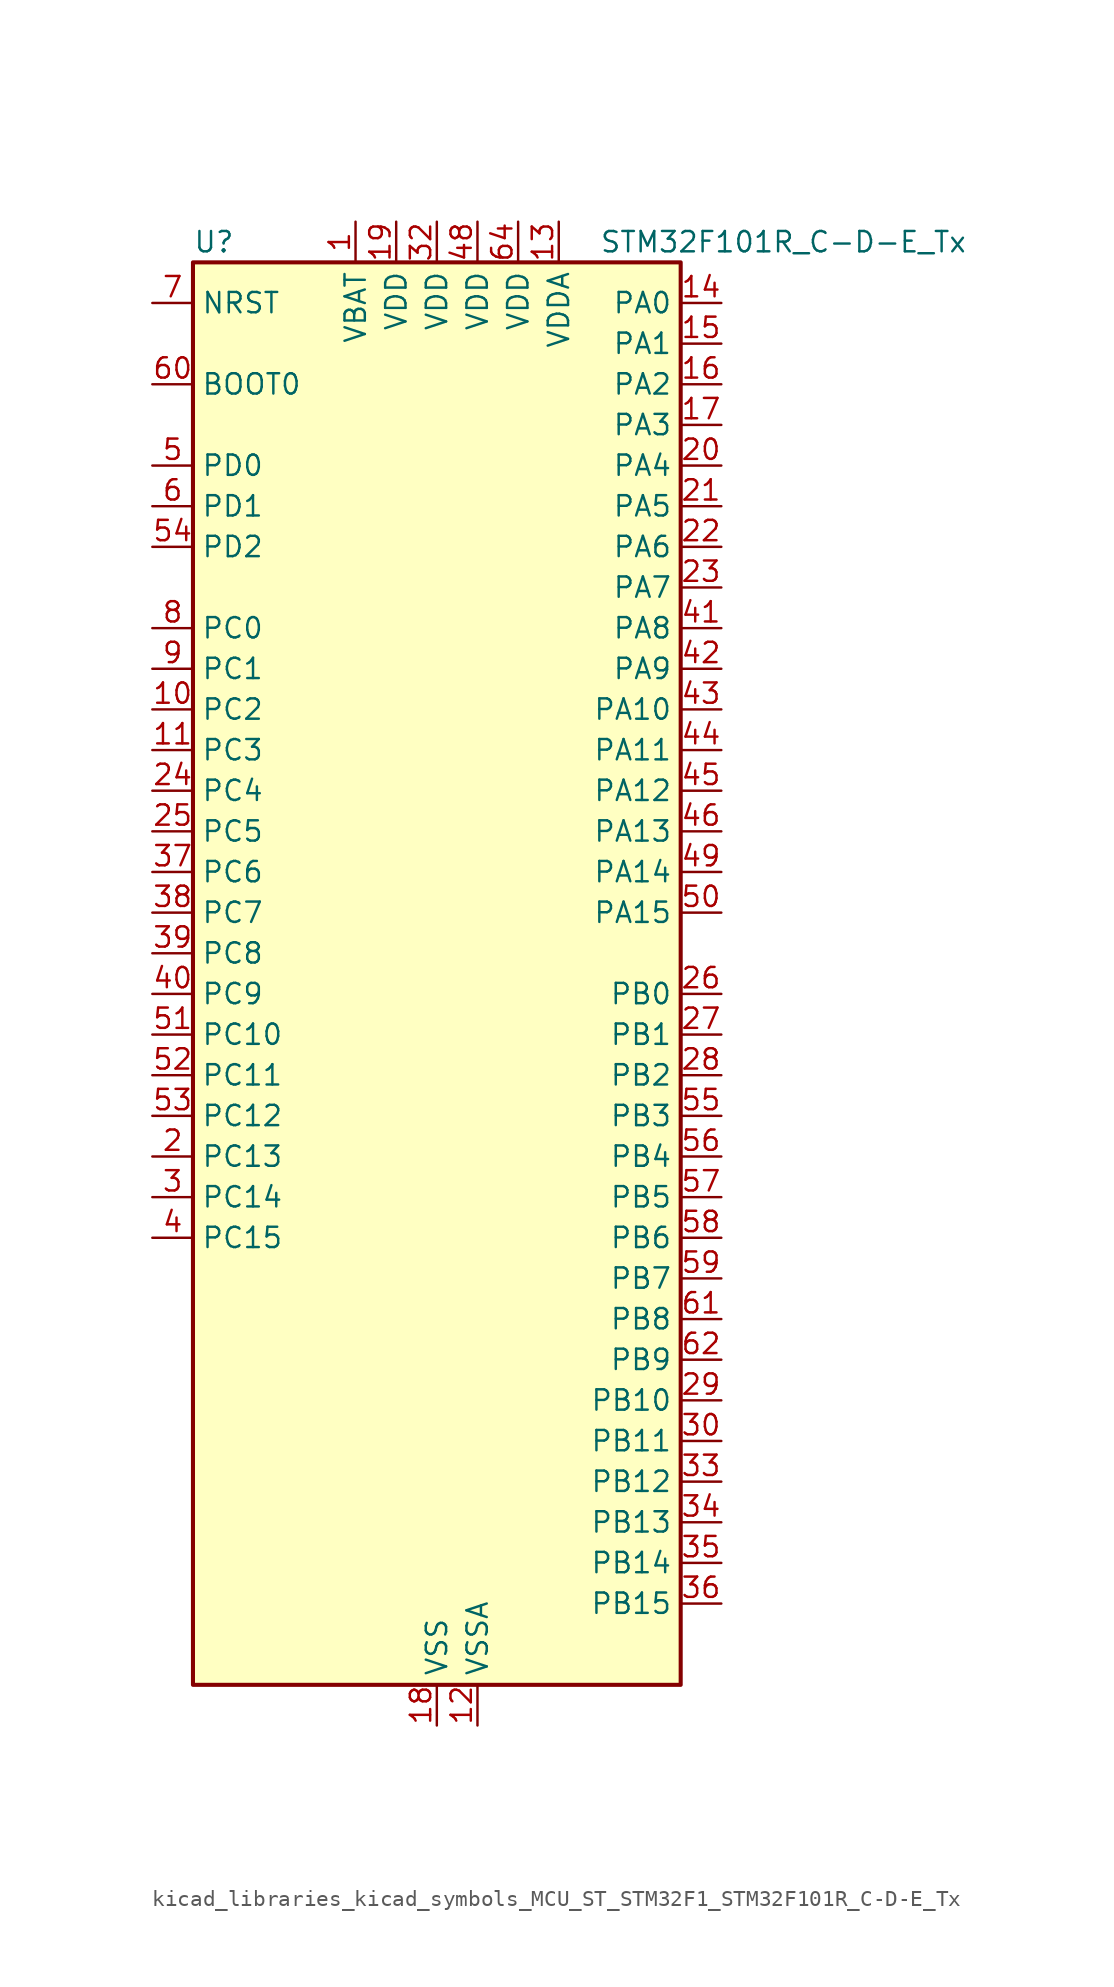
<source format=kicad_sym>
(kicad_symbol_lib
  (version 20220914)
  (generator kicad_symbol_editor)
  (symbol "kicad_libraries_kicad_symbols_MCU_ST_STM32F1_STM32F101R_C-D-E_Tx"
    (property "Reference" "U"
      (at -15.24 46.99 0)
      (effects (font (size 1.27 1.27)) (justify left)))
    (property "Value" "STM32F101R_C-D-E_Tx"
      (at 10.16 46.99 0)
      (effects (font (size 1.27 1.27)) (justify left)))
    (property "ki_locked" ""
      (at 0 0 0)
      (effects (font (size 1.27 1.27))))
    (symbol "kicad_libraries_kicad_symbols_MCU_ST_STM32F1_STM32F101R_C-D-E_Tx_0_1"
      (rectangle (start -15.24 -43.18) (end 15.24 45.72) (stroke (width 0.254) (type default)) (fill (type background))))
    (symbol "kicad_libraries_kicad_symbols_MCU_ST_STM32F1_STM32F101R_C-D-E_Tx_1_1"
      (pin power_in line (at -5.08 48.26 270) (length 2.54) (name "VBAT" (effects (font (size 1.27 1.27)))) (number "1" (effects (font (size 1.27 1.27)))))
      (pin bidirectional line (at -17.78 17.78 0) (length 2.54) (name "PC2" (effects (font (size 1.27 1.27)))) (number "10" (effects (font (size 1.27 1.27)))) (alternate "ADC1_IN12" bidirectional line))
      (pin bidirectional line (at -17.78 15.24 0) (length 2.54) (name "PC3" (effects (font (size 1.27 1.27)))) (number "11" (effects (font (size 1.27 1.27)))) (alternate "ADC1_IN13" bidirectional line))
      (pin power_in line (at 2.54 -45.72 90) (length 2.54) (name "VSSA" (effects (font (size 1.27 1.27)))) (number "12" (effects (font (size 1.27 1.27)))))
      (pin power_in line (at 7.62 48.26 270) (length 2.54) (name "VDDA" (effects (font (size 1.27 1.27)))) (number "13" (effects (font (size 1.27 1.27)))))
      (pin bidirectional line (at 17.78 43.18 180) (length 2.54) (name "PA0" (effects (font (size 1.27 1.27)))) (number "14" (effects (font (size 1.27 1.27)))) (alternate "ADC1_IN0" bidirectional line) (alternate "SYS_WKUP" bidirectional line) (alternate "TIM2_CH1" bidirectional line) (alternate "TIM2_ETR" bidirectional line) (alternate "TIM5_CH1" bidirectional line) (alternate "USART2_CTS" bidirectional line))
      (pin bidirectional line (at 17.78 40.64 180) (length 2.54) (name "PA1" (effects (font (size 1.27 1.27)))) (number "15" (effects (font (size 1.27 1.27)))) (alternate "ADC1_IN1" bidirectional line) (alternate "TIM2_CH2" bidirectional line) (alternate "TIM5_CH2" bidirectional line) (alternate "USART2_RTS" bidirectional line))
      (pin bidirectional line (at 17.78 38.1 180) (length 2.54) (name "PA2" (effects (font (size 1.27 1.27)))) (number "16" (effects (font (size 1.27 1.27)))) (alternate "ADC1_IN2" bidirectional line) (alternate "TIM2_CH3" bidirectional line) (alternate "TIM5_CH3" bidirectional line) (alternate "USART2_TX" bidirectional line))
      (pin bidirectional line (at 17.78 35.56 180) (length 2.54) (name "PA3" (effects (font (size 1.27 1.27)))) (number "17" (effects (font (size 1.27 1.27)))) (alternate "ADC1_IN3" bidirectional line) (alternate "TIM2_CH4" bidirectional line) (alternate "TIM5_CH4" bidirectional line) (alternate "USART2_RX" bidirectional line))
      (pin power_in line (at 0 -45.72 90) (length 2.54) (name "VSS" (effects (font (size 1.27 1.27)))) (number "18" (effects (font (size 1.27 1.27)))))
      (pin power_in line (at -2.54 48.26 270) (length 2.54) (name "VDD" (effects (font (size 1.27 1.27)))) (number "19" (effects (font (size 1.27 1.27)))))
      (pin bidirectional line (at -17.78 -10.16 0) (length 2.54) (name "PC13" (effects (font (size 1.27 1.27)))) (number "2" (effects (font (size 1.27 1.27)))) (alternate "RTC_OUT" bidirectional line) (alternate "RTC_TAMPER" bidirectional line))
      (pin bidirectional line (at 17.78 33.02 180) (length 2.54) (name "PA4" (effects (font (size 1.27 1.27)))) (number "20" (effects (font (size 1.27 1.27)))) (alternate "ADC1_IN4" bidirectional line) (alternate "DAC_OUT1" bidirectional line) (alternate "SPI1_NSS" bidirectional line) (alternate "USART2_CK" bidirectional line))
      (pin bidirectional line (at 17.78 30.48 180) (length 2.54) (name "PA5" (effects (font (size 1.27 1.27)))) (number "21" (effects (font (size 1.27 1.27)))) (alternate "ADC1_IN5" bidirectional line) (alternate "DAC_OUT2" bidirectional line) (alternate "SPI1_SCK" bidirectional line))
      (pin bidirectional line (at 17.78 27.94 180) (length 2.54) (name "PA6" (effects (font (size 1.27 1.27)))) (number "22" (effects (font (size 1.27 1.27)))) (alternate "ADC1_IN6" bidirectional line) (alternate "SPI1_MISO" bidirectional line) (alternate "TIM3_CH1" bidirectional line))
      (pin bidirectional line (at 17.78 25.4 180) (length 2.54) (name "PA7" (effects (font (size 1.27 1.27)))) (number "23" (effects (font (size 1.27 1.27)))) (alternate "ADC1_IN7" bidirectional line) (alternate "SPI1_MOSI" bidirectional line) (alternate "TIM3_CH2" bidirectional line))
      (pin bidirectional line (at -17.78 12.7 0) (length 2.54) (name "PC4" (effects (font (size 1.27 1.27)))) (number "24" (effects (font (size 1.27 1.27)))) (alternate "ADC1_IN14" bidirectional line))
      (pin bidirectional line (at -17.78 10.16 0) (length 2.54) (name "PC5" (effects (font (size 1.27 1.27)))) (number "25" (effects (font (size 1.27 1.27)))) (alternate "ADC1_IN15" bidirectional line))
      (pin bidirectional line (at 17.78 0 180) (length 2.54) (name "PB0" (effects (font (size 1.27 1.27)))) (number "26" (effects (font (size 1.27 1.27)))) (alternate "ADC1_IN8" bidirectional line) (alternate "TIM3_CH3" bidirectional line))
      (pin bidirectional line (at 17.78 -2.54 180) (length 2.54) (name "PB1" (effects (font (size 1.27 1.27)))) (number "27" (effects (font (size 1.27 1.27)))) (alternate "ADC1_IN9" bidirectional line) (alternate "TIM3_CH4" bidirectional line))
      (pin bidirectional line (at 17.78 -5.08 180) (length 2.54) (name "PB2" (effects (font (size 1.27 1.27)))) (number "28" (effects (font (size 1.27 1.27)))))
      (pin bidirectional line (at 17.78 -25.4 180) (length 2.54) (name "PB10" (effects (font (size 1.27 1.27)))) (number "29" (effects (font (size 1.27 1.27)))) (alternate "I2C2_SCL" bidirectional line) (alternate "TIM2_CH3" bidirectional line) (alternate "USART3_TX" bidirectional line))
      (pin bidirectional line (at -17.78 -12.7 0) (length 2.54) (name "PC14" (effects (font (size 1.27 1.27)))) (number "3" (effects (font (size 1.27 1.27)))) (alternate "RCC_OSC32_IN" bidirectional line))
      (pin bidirectional line (at 17.78 -27.94 180) (length 2.54) (name "PB11" (effects (font (size 1.27 1.27)))) (number "30" (effects (font (size 1.27 1.27)))) (alternate "ADC1_EXTI11" bidirectional line) (alternate "I2C2_SDA" bidirectional line) (alternate "TIM2_CH4" bidirectional line) (alternate "USART3_RX" bidirectional line))
      (pin passive line (at 0 -45.72 90) (length 2.54) hide (name "VSS" (effects (font (size 1.27 1.27)))) (number "31" (effects (font (size 1.27 1.27)))))
      (pin power_in line (at 0 48.26 270) (length 2.54) (name "VDD" (effects (font (size 1.27 1.27)))) (number "32" (effects (font (size 1.27 1.27)))))
      (pin bidirectional line (at 17.78 -30.48 180) (length 2.54) (name "PB12" (effects (font (size 1.27 1.27)))) (number "33" (effects (font (size 1.27 1.27)))) (alternate "I2C2_SMBA" bidirectional line) (alternate "SPI2_NSS" bidirectional line) (alternate "USART3_CK" bidirectional line))
      (pin bidirectional line (at 17.78 -33.02 180) (length 2.54) (name "PB13" (effects (font (size 1.27 1.27)))) (number "34" (effects (font (size 1.27 1.27)))) (alternate "SPI2_SCK" bidirectional line) (alternate "USART3_CTS" bidirectional line))
      (pin bidirectional line (at 17.78 -35.56 180) (length 2.54) (name "PB14" (effects (font (size 1.27 1.27)))) (number "35" (effects (font (size 1.27 1.27)))) (alternate "SPI2_MISO" bidirectional line) (alternate "USART3_RTS" bidirectional line))
      (pin bidirectional line (at 17.78 -38.1 180) (length 2.54) (name "PB15" (effects (font (size 1.27 1.27)))) (number "36" (effects (font (size 1.27 1.27)))) (alternate "ADC1_EXTI15" bidirectional line) (alternate "SPI2_MOSI" bidirectional line))
      (pin bidirectional line (at -17.78 7.62 0) (length 2.54) (name "PC6" (effects (font (size 1.27 1.27)))) (number "37" (effects (font (size 1.27 1.27)))) (alternate "TIM3_CH1" bidirectional line))
      (pin bidirectional line (at -17.78 5.08 0) (length 2.54) (name "PC7" (effects (font (size 1.27 1.27)))) (number "38" (effects (font (size 1.27 1.27)))) (alternate "TIM3_CH2" bidirectional line))
      (pin bidirectional line (at -17.78 2.54 0) (length 2.54) (name "PC8" (effects (font (size 1.27 1.27)))) (number "39" (effects (font (size 1.27 1.27)))) (alternate "TIM3_CH3" bidirectional line))
      (pin bidirectional line (at -17.78 -15.24 0) (length 2.54) (name "PC15" (effects (font (size 1.27 1.27)))) (number "4" (effects (font (size 1.27 1.27)))) (alternate "ADC1_EXTI15" bidirectional line) (alternate "RCC_OSC32_OUT" bidirectional line))
      (pin bidirectional line (at -17.78 0 0) (length 2.54) (name "PC9" (effects (font (size 1.27 1.27)))) (number "40" (effects (font (size 1.27 1.27)))) (alternate "DAC_EXTI9" bidirectional line) (alternate "TIM3_CH4" bidirectional line))
      (pin bidirectional line (at 17.78 22.86 180) (length 2.54) (name "PA8" (effects (font (size 1.27 1.27)))) (number "41" (effects (font (size 1.27 1.27)))) (alternate "RCC_MCO" bidirectional line) (alternate "USART1_CK" bidirectional line))
      (pin bidirectional line (at 17.78 20.32 180) (length 2.54) (name "PA9" (effects (font (size 1.27 1.27)))) (number "42" (effects (font (size 1.27 1.27)))) (alternate "DAC_EXTI9" bidirectional line) (alternate "USART1_TX" bidirectional line))
      (pin bidirectional line (at 17.78 17.78 180) (length 2.54) (name "PA10" (effects (font (size 1.27 1.27)))) (number "43" (effects (font (size 1.27 1.27)))) (alternate "USART1_RX" bidirectional line))
      (pin bidirectional line (at 17.78 15.24 180) (length 2.54) (name "PA11" (effects (font (size 1.27 1.27)))) (number "44" (effects (font (size 1.27 1.27)))) (alternate "ADC1_EXTI11" bidirectional line) (alternate "USART1_CTS" bidirectional line))
      (pin bidirectional line (at 17.78 12.7 180) (length 2.54) (name "PA12" (effects (font (size 1.27 1.27)))) (number "45" (effects (font (size 1.27 1.27)))) (alternate "USART1_RTS" bidirectional line))
      (pin bidirectional line (at 17.78 10.16 180) (length 2.54) (name "PA13" (effects (font (size 1.27 1.27)))) (number "46" (effects (font (size 1.27 1.27)))) (alternate "SYS_JTMS-SWDIO" bidirectional line))
      (pin passive line (at 0 -45.72 90) (length 2.54) hide (name "VSS" (effects (font (size 1.27 1.27)))) (number "47" (effects (font (size 1.27 1.27)))))
      (pin power_in line (at 2.54 48.26 270) (length 2.54) (name "VDD" (effects (font (size 1.27 1.27)))) (number "48" (effects (font (size 1.27 1.27)))))
      (pin bidirectional line (at 17.78 7.62 180) (length 2.54) (name "PA14" (effects (font (size 1.27 1.27)))) (number "49" (effects (font (size 1.27 1.27)))) (alternate "SYS_JTCK-SWCLK" bidirectional line))
      (pin bidirectional line (at -17.78 33.02 0) (length 2.54) (name "PD0" (effects (font (size 1.27 1.27)))) (number "5" (effects (font (size 1.27 1.27)))) (alternate "RCC_OSC_IN" bidirectional line))
      (pin bidirectional line (at 17.78 5.08 180) (length 2.54) (name "PA15" (effects (font (size 1.27 1.27)))) (number "50" (effects (font (size 1.27 1.27)))) (alternate "ADC1_EXTI15" bidirectional line) (alternate "SPI1_NSS" bidirectional line) (alternate "SPI3_NSS" bidirectional line) (alternate "SYS_JTDI" bidirectional line) (alternate "TIM2_CH1" bidirectional line) (alternate "TIM2_ETR" bidirectional line))
      (pin bidirectional line (at -17.78 -2.54 0) (length 2.54) (name "PC10" (effects (font (size 1.27 1.27)))) (number "51" (effects (font (size 1.27 1.27)))) (alternate "UART4_TX" bidirectional line) (alternate "USART3_TX" bidirectional line))
      (pin bidirectional line (at -17.78 -5.08 0) (length 2.54) (name "PC11" (effects (font (size 1.27 1.27)))) (number "52" (effects (font (size 1.27 1.27)))) (alternate "ADC1_EXTI11" bidirectional line) (alternate "UART4_RX" bidirectional line) (alternate "USART3_RX" bidirectional line))
      (pin bidirectional line (at -17.78 -7.62 0) (length 2.54) (name "PC12" (effects (font (size 1.27 1.27)))) (number "53" (effects (font (size 1.27 1.27)))) (alternate "UART5_TX" bidirectional line) (alternate "USART3_CK" bidirectional line))
      (pin bidirectional line (at -17.78 27.94 0) (length 2.54) (name "PD2" (effects (font (size 1.27 1.27)))) (number "54" (effects (font (size 1.27 1.27)))) (alternate "TIM3_ETR" bidirectional line) (alternate "UART5_RX" bidirectional line))
      (pin bidirectional line (at 17.78 -7.62 180) (length 2.54) (name "PB3" (effects (font (size 1.27 1.27)))) (number "55" (effects (font (size 1.27 1.27)))) (alternate "SPI1_SCK" bidirectional line) (alternate "SPI3_SCK" bidirectional line) (alternate "SYS_JTDO-TRACESWO" bidirectional line) (alternate "TIM2_CH2" bidirectional line))
      (pin bidirectional line (at 17.78 -10.16 180) (length 2.54) (name "PB4" (effects (font (size 1.27 1.27)))) (number "56" (effects (font (size 1.27 1.27)))) (alternate "SPI1_MISO" bidirectional line) (alternate "SPI3_MISO" bidirectional line) (alternate "SYS_NJTRST" bidirectional line) (alternate "TIM3_CH1" bidirectional line))
      (pin bidirectional line (at 17.78 -12.7 180) (length 2.54) (name "PB5" (effects (font (size 1.27 1.27)))) (number "57" (effects (font (size 1.27 1.27)))) (alternate "I2C1_SMBA" bidirectional line) (alternate "SPI1_MOSI" bidirectional line) (alternate "SPI3_MOSI" bidirectional line) (alternate "TIM3_CH2" bidirectional line))
      (pin bidirectional line (at 17.78 -15.24 180) (length 2.54) (name "PB6" (effects (font (size 1.27 1.27)))) (number "58" (effects (font (size 1.27 1.27)))) (alternate "I2C1_SCL" bidirectional line) (alternate "TIM4_CH1" bidirectional line) (alternate "USART1_TX" bidirectional line))
      (pin bidirectional line (at 17.78 -17.78 180) (length 2.54) (name "PB7" (effects (font (size 1.27 1.27)))) (number "59" (effects (font (size 1.27 1.27)))) (alternate "I2C1_SDA" bidirectional line) (alternate "TIM4_CH2" bidirectional line) (alternate "USART1_RX" bidirectional line))
      (pin bidirectional line (at -17.78 30.48 0) (length 2.54) (name "PD1" (effects (font (size 1.27 1.27)))) (number "6" (effects (font (size 1.27 1.27)))) (alternate "RCC_OSC_OUT" bidirectional line))
      (pin input line (at -17.78 38.1 0) (length 2.54) (name "BOOT0" (effects (font (size 1.27 1.27)))) (number "60" (effects (font (size 1.27 1.27)))))
      (pin bidirectional line (at 17.78 -20.32 180) (length 2.54) (name "PB8" (effects (font (size 1.27 1.27)))) (number "61" (effects (font (size 1.27 1.27)))) (alternate "I2C1_SCL" bidirectional line) (alternate "TIM4_CH3" bidirectional line))
      (pin bidirectional line (at 17.78 -22.86 180) (length 2.54) (name "PB9" (effects (font (size 1.27 1.27)))) (number "62" (effects (font (size 1.27 1.27)))) (alternate "DAC_EXTI9" bidirectional line) (alternate "I2C1_SDA" bidirectional line) (alternate "TIM4_CH4" bidirectional line))
      (pin passive line (at 0 -45.72 90) (length 2.54) hide (name "VSS" (effects (font (size 1.27 1.27)))) (number "63" (effects (font (size 1.27 1.27)))))
      (pin power_in line (at 5.08 48.26 270) (length 2.54) (name "VDD" (effects (font (size 1.27 1.27)))) (number "64" (effects (font (size 1.27 1.27)))))
      (pin input line (at -17.78 43.18 0) (length 2.54) (name "NRST" (effects (font (size 1.27 1.27)))) (number "7" (effects (font (size 1.27 1.27)))))
      (pin bidirectional line (at -17.78 22.86 0) (length 2.54) (name "PC0" (effects (font (size 1.27 1.27)))) (number "8" (effects (font (size 1.27 1.27)))) (alternate "ADC1_IN10" bidirectional line))
      (pin bidirectional line (at -17.78 20.32 0) (length 2.54) (name "PC1" (effects (font (size 1.27 1.27)))) (number "9" (effects (font (size 1.27 1.27)))) (alternate "ADC1_IN11" bidirectional line)))))
</source>
